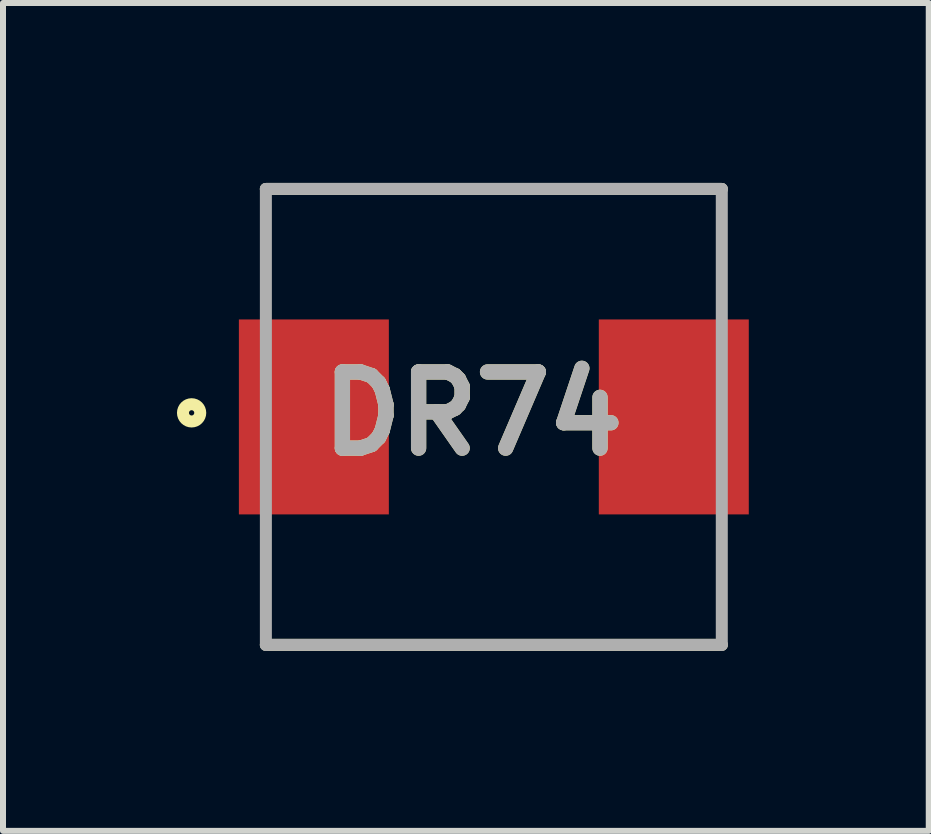
<source format=kicad_pcb>
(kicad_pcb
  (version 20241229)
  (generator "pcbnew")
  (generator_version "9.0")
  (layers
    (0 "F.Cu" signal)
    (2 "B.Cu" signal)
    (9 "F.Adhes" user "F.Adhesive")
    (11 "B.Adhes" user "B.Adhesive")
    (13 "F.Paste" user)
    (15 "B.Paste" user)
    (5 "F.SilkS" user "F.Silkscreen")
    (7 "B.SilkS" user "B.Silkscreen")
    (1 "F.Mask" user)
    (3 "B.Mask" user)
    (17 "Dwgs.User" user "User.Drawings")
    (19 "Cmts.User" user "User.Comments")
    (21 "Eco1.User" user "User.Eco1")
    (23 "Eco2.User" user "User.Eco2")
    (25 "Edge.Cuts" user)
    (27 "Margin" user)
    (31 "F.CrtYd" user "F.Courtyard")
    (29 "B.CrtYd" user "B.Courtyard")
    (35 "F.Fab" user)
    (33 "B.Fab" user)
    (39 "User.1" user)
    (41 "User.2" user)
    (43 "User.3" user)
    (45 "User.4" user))
  (footprint "DR74"
    (layer "F.Cu")
    (at 5.182 3.9)
    (property "Reference" "DR74" (at -0.347 -0.054 0) (layer "F.SilkS") (effects (font (size 1.27 1.27) (thickness 0.254))))
    (attr smd)
    (fp_line (start -3.8 -3.8) (end 3.8 -3.8) (stroke (width 0.2) (type solid)) (layer "F.SilkS"))
    (fp_line (start 3.8 3.8) (end -3.8 3.8) (stroke (width 0.2) (type solid)) (layer "F.SilkS"))
    (fp_circle (center -5.038 -0.068) (end -5.038 -0.024) (stroke (width 0.2) (type solid)) (fill no) (layer "F.SilkS"))
    (fp_line (start -3.8 -3.8) (end 3.8 -3.8) (stroke (width 0.2) (type solid)) (layer "F.Fab"))
    (fp_line (start -3.8 3.8) (end -3.8 -3.8) (stroke (width 0.2) (type solid)) (layer "F.Fab"))
    (fp_line (start 3.8 -3.8) (end 3.8 3.8) (stroke (width 0.2) (type solid)) (layer "F.Fab"))
    (fp_line (start 3.8 3.8) (end -3.8 3.8) (stroke (width 0.2) (type solid)) (layer "F.Fab"))
    (fp_text user "${REFERENCE}" (at -0.347 -0.054 0) (layer "F.Fab") (effects (font (size 1.27 1.27) (thickness 0.254))))
    (pad "1" smd rect (at -3 0) (size 2.5 3.25) (layers "F.Cu" "F.Mask" "F.Paste"))
    (pad "2" smd rect (at 3 0) (size 2.5 3.25) (layers "F.Cu" "F.Mask" "F.Paste")))
  (gr_rect
    (start -3 -3)
    (end 12.432 10.8)
    (stroke (width 0.1) (type default))
    (fill no)
    (layer "Edge.Cuts")))
</source>
